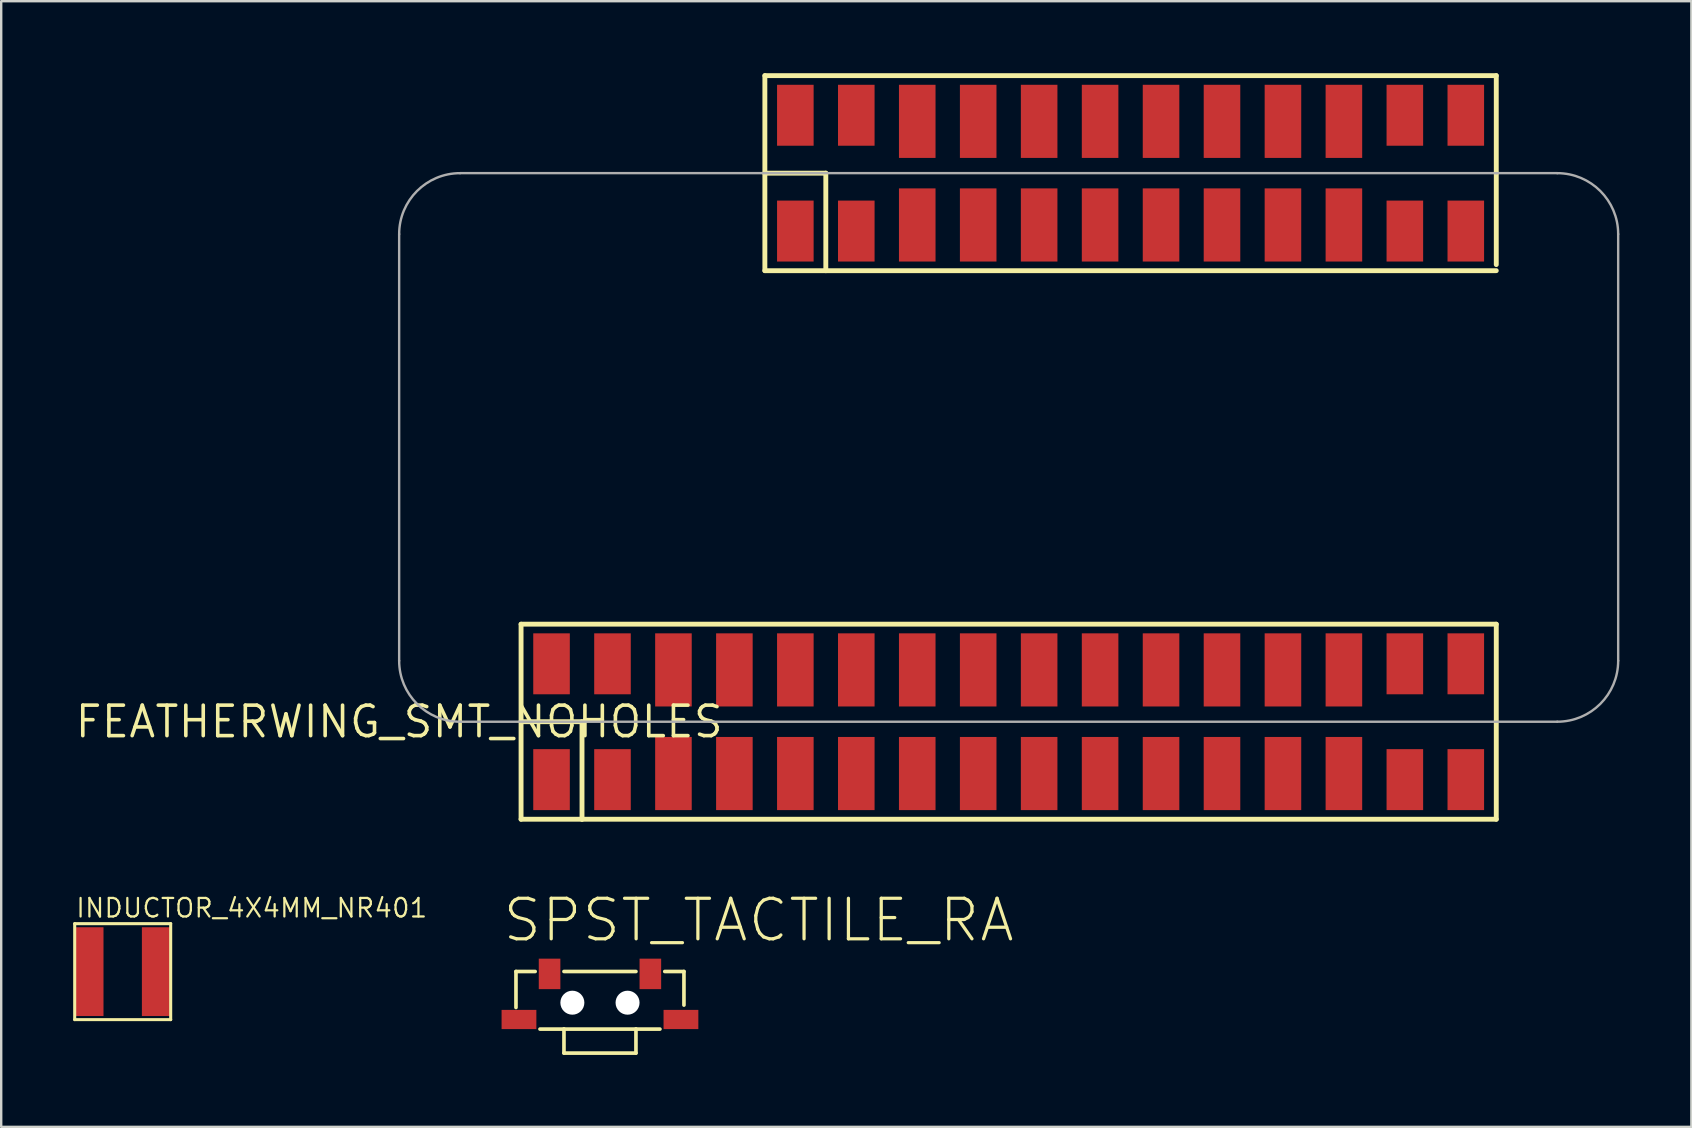
<source format=kicad_pcb>
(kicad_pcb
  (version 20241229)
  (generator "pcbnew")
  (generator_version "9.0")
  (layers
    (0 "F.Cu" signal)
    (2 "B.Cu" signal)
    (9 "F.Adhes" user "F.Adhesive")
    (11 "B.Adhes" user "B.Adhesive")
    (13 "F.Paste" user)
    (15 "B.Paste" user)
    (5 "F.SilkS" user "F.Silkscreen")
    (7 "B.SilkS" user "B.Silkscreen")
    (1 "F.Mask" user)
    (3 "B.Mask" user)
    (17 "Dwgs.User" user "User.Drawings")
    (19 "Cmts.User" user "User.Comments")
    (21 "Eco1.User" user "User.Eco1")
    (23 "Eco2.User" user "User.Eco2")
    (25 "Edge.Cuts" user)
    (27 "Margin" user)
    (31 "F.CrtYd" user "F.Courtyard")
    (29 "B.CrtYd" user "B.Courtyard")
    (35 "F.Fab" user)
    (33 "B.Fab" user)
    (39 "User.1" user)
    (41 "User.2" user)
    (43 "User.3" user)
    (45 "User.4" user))
  (footprint "SPST_TACTILE_RA"
    (layer "F.Cu")
    (at 21.952 38.435)
    (property "Reference" "SPST_TACTILE_RA" (at -4.131 -2.149 180) (layer "F.SilkS") (effects (font (size 1.689 1.689) (thickness 0.135)) (justify left bottom)))
    (attr through_hole)
    (fp_line (start -3.5 -1) (end -2.7 -1) (stroke (width 0.152) (type solid)) (layer "F.SilkS"))
    (fp_line (start -3.5 0.5) (end -3.5 -1) (stroke (width 0.152) (type solid)) (layer "F.SilkS"))
    (fp_line (start -2.5 1.4) (end -1.5 1.4) (stroke (width 0.152) (type solid)) (layer "F.SilkS"))
    (fp_line (start -1.5 -1) (end 1.5 -1) (stroke (width 0.152) (type solid)) (layer "F.SilkS"))
    (fp_line (start -1.5 1.4) (end -1.5 2.4) (stroke (width 0.152) (type solid)) (layer "F.SilkS"))
    (fp_line (start -1.5 1.4) (end 1.5 1.4) (stroke (width 0.152) (type solid)) (layer "F.SilkS"))
    (fp_line (start -1.5 2.4) (end 1.5 2.4) (stroke (width 0.152) (type solid)) (layer "F.SilkS"))
    (fp_line (start 1.5 1.4) (end 2.5 1.4) (stroke (width 0.152) (type solid)) (layer "F.SilkS"))
    (fp_line (start 1.5 2.4) (end 1.5 1.4) (stroke (width 0.152) (type solid)) (layer "F.SilkS"))
    (fp_line (start 2.7 -1) (end 3.5 -1) (stroke (width 0.152) (type solid)) (layer "F.SilkS"))
    (fp_line (start 3.5 -1) (end 3.5 0.4) (stroke (width 0.152) (type solid)) (layer "F.SilkS"))
    (pad "" np_thru_hole circle (at -1.15 0.3) (size 1 1) (drill 1) (layers "*.Cu" "*.Mask"))
    (pad "" np_thru_hole circle (at 1.15 0.3) (size 1 1) (drill 1) (layers "*.Cu" "*.Mask"))
    (pad "1" smd rect (at -2.1 -0.9 90) (size 1.27 0.9) (layers "F.Cu" "F.Mask" "F.Paste"))
    (pad "2" smd rect (at 2.1 -0.9 90) (size 1.27 0.9) (layers "F.Cu" "F.Mask" "F.Paste"))
    (pad "MT1" smd rect (at -3.375 1 180) (size 1.45 0.8) (layers "F.Cu" "F.Mask" "F.Paste"))
    (pad "MT2" smd rect (at 3.375 1 180) (size 1.45 0.8) (layers "F.Cu" "F.Mask" "F.Paste")))
  (footprint "FEATHERWING_SMT_NOHOLES"
    (layer "F.Cu")
    (at 13.584 27.026)
    (property "Reference" "FEATHERWING_SMT_NOHOLES" (at 0 0 0) (layer "F.SilkS") (effects (font (size 1.27 1.27) (thickness 0.15))))
    (attr through_hole)
    (fp_line (start 5.08 -4.064) (end 45.72 -4.064) (stroke (width 0.203) (type solid)) (layer "F.SilkS"))
    (fp_line (start 5.08 0) (end 5.08 -4.064) (stroke (width 0.203) (type solid)) (layer "F.SilkS"))
    (fp_line (start 5.08 0) (end 7.62 0) (stroke (width 0.203) (type solid)) (layer "F.SilkS"))
    (fp_line (start 5.08 4.064) (end 5.08 0) (stroke (width 0.203) (type solid)) (layer "F.SilkS"))
    (fp_line (start 7.62 0) (end 7.62 4.064) (stroke (width 0.203) (type solid)) (layer "F.SilkS"))
    (fp_line (start 7.62 4.064) (end 5.08 4.064) (stroke (width 0.203) (type solid)) (layer "F.SilkS"))
    (fp_line (start 15.24 -26.924) (end 45.72 -26.924) (stroke (width 0.203) (type solid)) (layer "F.SilkS"))
    (fp_line (start 15.24 -22.86) (end 15.24 -26.924) (stroke (width 0.203) (type solid)) (layer "F.SilkS"))
    (fp_line (start 15.24 -22.86) (end 17.78 -22.86) (stroke (width 0.203) (type solid)) (layer "F.SilkS"))
    (fp_line (start 15.24 -18.796) (end 15.24 -22.86) (stroke (width 0.203) (type solid)) (layer "F.SilkS"))
    (fp_line (start 17.78 -22.86) (end 17.78 -18.796) (stroke (width 0.203) (type solid)) (layer "F.SilkS"))
    (fp_line (start 17.78 -18.796) (end 15.24 -18.796) (stroke (width 0.203) (type solid)) (layer "F.SilkS"))
    (fp_line (start 45.72 -22.86) (end 45.72 -26.924) (stroke (width 0.203) (type solid)) (layer "F.SilkS"))
    (fp_line (start 45.72 -19.05) (end 45.72 -22.86) (stroke (width 0.203) (type solid)) (layer "F.SilkS"))
    (fp_line (start 45.72 -18.796) (end 17.78 -18.796) (stroke (width 0.203) (type solid)) (layer "F.SilkS"))
    (fp_line (start 45.72 -4.064) (end 45.72 4.064) (stroke (width 0.203) (type solid)) (layer "F.SilkS"))
    (fp_line (start 45.72 4.064) (end 7.62 4.064) (stroke (width 0.203) (type solid)) (layer "F.SilkS"))
    (fp_line (start 0 -20.32) (end 0 -2.54) (stroke (width 0.1) (type solid)) (layer "F.Fab"))
    (fp_line (start 2.54 0) (end 48.26 0) (stroke (width 0.1) (type solid)) (layer "F.Fab"))
    (fp_line (start 45.72 -22.86) (end 2.54 -22.86) (stroke (width 0.1) (type solid)) (layer "F.Fab"))
    (fp_line (start 48.26 -22.86) (end 45.72 -22.86) (stroke (width 0.1) (type solid)) (layer "F.Fab"))
    (fp_line (start 50.8 -2.54) (end 50.8 -20.32) (stroke (width 0.1) (type solid)) (layer "F.Fab"))
    (fp_arc (start 0 -20.32) (mid 0.743949 -22.116051) (end 2.54 -22.86) (stroke (width 0.1) (type solid)) (layer "F.Fab"))
    (fp_arc (start 2.54 0) (mid 0.743949 -0.743949) (end 0 -2.54) (stroke (width 0.1) (type solid)) (layer "F.Fab"))
    (fp_arc (start 48.26 -22.86) (mid 50.056051 -22.116051) (end 50.8 -20.32) (stroke (width 0.1) (type solid)) (layer "F.Fab"))
    (fp_arc (start 50.8 -2.54) (mid 50.056051 -0.743949) (end 48.26 0) (stroke (width 0.1) (type solid)) (layer "F.Fab"))
    (pad "1" smd rect (at 6.35 -2.413 90) (size 2.54 1.524) (layers "F.Cu" "F.Mask" "F.Paste"))
    (pad "1B" smd rect (at 6.35 2.413 90) (size 2.54 1.524) (layers "F.Cu" "F.Mask" "F.Paste"))
    (pad "2" smd rect (at 8.89 -2.413 270) (size 2.54 1.524) (layers "F.Cu" "F.Mask" "F.Paste"))
    (pad "2B" smd rect (at 8.89 2.413 90) (size 2.54 1.524) (layers "F.Cu" "F.Mask" "F.Paste"))
    (pad "3" smd rect (at 11.43 -2.159 270) (size 3.048 1.524) (layers "F.Cu" "F.Mask" "F.Paste"))
    (pad "3B" smd rect (at 11.43 2.159 90) (size 3.048 1.524) (layers "F.Cu" "F.Mask" "F.Paste"))
    (pad "4" smd rect (at 13.97 -2.159 270) (size 3.048 1.524) (layers "F.Cu" "F.Mask" "F.Paste"))
    (pad "4B" smd rect (at 13.97 2.159 90) (size 3.048 1.524) (layers "F.Cu" "F.Mask" "F.Paste"))
    (pad "5" smd rect (at 16.51 -2.159 270) (size 3.048 1.524) (layers "F.Cu" "F.Mask" "F.Paste"))
    (pad "5B" smd rect (at 16.51 2.159 90) (size 3.048 1.524) (layers "F.Cu" "F.Mask" "F.Paste"))
    (pad "6" smd rect (at 19.05 -2.159 270) (size 3.048 1.524) (layers "F.Cu" "F.Mask" "F.Paste"))
    (pad "6B" smd rect (at 19.05 2.159 90) (size 3.048 1.524) (layers "F.Cu" "F.Mask" "F.Paste"))
    (pad "7" smd rect (at 21.59 -2.159 270) (size 3.048 1.524) (layers "F.Cu" "F.Mask" "F.Paste"))
    (pad "7B" smd rect (at 21.59 2.159 90) (size 3.048 1.524) (layers "F.Cu" "F.Mask" "F.Paste"))
    (pad "8" smd rect (at 24.13 -2.159 270) (size 3.048 1.524) (layers "F.Cu" "F.Mask" "F.Paste"))
    (pad "8B" smd rect (at 24.13 2.159 90) (size 3.048 1.524) (layers "F.Cu" "F.Mask" "F.Paste"))
    (pad "9" smd rect (at 26.67 -2.159 270) (size 3.048 1.524) (layers "F.Cu" "F.Mask" "F.Paste"))
    (pad "9B" smd rect (at 26.67 2.159 90) (size 3.048 1.524) (layers "F.Cu" "F.Mask" "F.Paste"))
    (pad "10" smd rect (at 29.21 -2.159 270) (size 3.048 1.524) (layers "F.Cu" "F.Mask" "F.Paste"))
    (pad "10B" smd rect (at 29.21 2.159 90) (size 3.048 1.524) (layers "F.Cu" "F.Mask" "F.Paste"))
    (pad "11" smd rect (at 31.75 -2.159 270) (size 3.048 1.524) (layers "F.Cu" "F.Mask" "F.Paste"))
    (pad "11B" smd rect (at 31.75 2.159 90) (size 3.048 1.524) (layers "F.Cu" "F.Mask" "F.Paste"))
    (pad "12" smd rect (at 34.29 -2.159 270) (size 3.048 1.524) (layers "F.Cu" "F.Mask" "F.Paste"))
    (pad "12B" smd rect (at 34.29 2.159 90) (size 3.048 1.524) (layers "F.Cu" "F.Mask" "F.Paste"))
    (pad "13" smd rect (at 36.83 -2.159 270) (size 3.048 1.524) (layers "F.Cu" "F.Mask" "F.Paste"))
    (pad "13B" smd rect (at 36.83 2.159 90) (size 3.048 1.524) (layers "F.Cu" "F.Mask" "F.Paste"))
    (pad "14" smd rect (at 39.37 -2.159 270) (size 3.048 1.524) (layers "F.Cu" "F.Mask" "F.Paste"))
    (pad "14B" smd rect (at 39.37 2.159 90) (size 3.048 1.524) (layers "F.Cu" "F.Mask" "F.Paste"))
    (pad "15" smd rect (at 41.91 -2.413 270) (size 2.54 1.524) (layers "F.Cu" "F.Mask" "F.Paste"))
    (pad "15B" smd rect (at 41.91 2.413 90) (size 2.54 1.524) (layers "F.Cu" "F.Mask" "F.Paste"))
    (pad "16" smd rect (at 44.45 -2.413 270) (size 2.54 1.524) (layers "F.Cu" "F.Mask" "F.Paste"))
    (pad "16B" smd rect (at 44.45 2.413 90) (size 2.54 1.524) (layers "F.Cu" "F.Mask" "F.Paste"))
    (pad "17" smd rect (at 44.45 -20.447 90) (size 2.54 1.524) (layers "F.Cu" "F.Mask" "F.Paste"))
    (pad "17B" smd rect (at 44.45 -25.273 270) (size 2.54 1.524) (layers "F.Cu" "F.Mask" "F.Paste"))
    (pad "18" smd rect (at 41.91 -20.447 90) (size 2.54 1.524) (layers "F.Cu" "F.Mask" "F.Paste"))
    (pad "18B" smd rect (at 41.91 -25.273 270) (size 2.54 1.524) (layers "F.Cu" "F.Mask" "F.Paste"))
    (pad "19" smd rect (at 39.37 -20.701 90) (size 3.048 1.524) (layers "F.Cu" "F.Mask" "F.Paste"))
    (pad "19B" smd rect (at 39.37 -25.019 270) (size 3.048 1.524) (layers "F.Cu" "F.Mask" "F.Paste"))
    (pad "20" smd rect (at 36.83 -20.701 90) (size 3.048 1.524) (layers "F.Cu" "F.Mask" "F.Paste"))
    (pad "20B" smd rect (at 36.83 -25.019 270) (size 3.048 1.524) (layers "F.Cu" "F.Mask" "F.Paste"))
    (pad "21" smd rect (at 34.29 -20.701 90) (size 3.048 1.524) (layers "F.Cu" "F.Mask" "F.Paste"))
    (pad "21B" smd rect (at 34.29 -25.019 270) (size 3.048 1.524) (layers "F.Cu" "F.Mask" "F.Paste"))
    (pad "22" smd rect (at 31.75 -20.701 90) (size 3.048 1.524) (layers "F.Cu" "F.Mask" "F.Paste"))
    (pad "22B" smd rect (at 31.75 -25.019 270) (size 3.048 1.524) (layers "F.Cu" "F.Mask" "F.Paste"))
    (pad "23" smd rect (at 29.21 -20.701 90) (size 3.048 1.524) (layers "F.Cu" "F.Mask" "F.Paste"))
    (pad "23B" smd rect (at 29.21 -25.019 270) (size 3.048 1.524) (layers "F.Cu" "F.Mask" "F.Paste"))
    (pad "24" smd rect (at 26.67 -20.701 90) (size 3.048 1.524) (layers "F.Cu" "F.Mask" "F.Paste"))
    (pad "24B" smd rect (at 26.67 -25.019 270) (size 3.048 1.524) (layers "F.Cu" "F.Mask" "F.Paste"))
    (pad "25" smd rect (at 24.13 -20.701 90) (size 3.048 1.524) (layers "F.Cu" "F.Mask" "F.Paste"))
    (pad "25B" smd rect (at 24.13 -25.019 270) (size 3.048 1.524) (layers "F.Cu" "F.Mask" "F.Paste"))
    (pad "26" smd rect (at 21.59 -20.701 90) (size 3.048 1.524) (layers "F.Cu" "F.Mask" "F.Paste"))
    (pad "26B" smd rect (at 21.59 -25.019 270) (size 3.048 1.524) (layers "F.Cu" "F.Mask" "F.Paste"))
    (pad "27" smd rect (at 19.05 -20.447 90) (size 2.54 1.524) (layers "F.Cu" "F.Mask" "F.Paste"))
    (pad "27B" smd rect (at 19.05 -25.273 270) (size 2.54 1.524) (layers "F.Cu" "F.Mask" "F.Paste"))
    (pad "28" smd rect (at 16.51 -20.447 90) (size 2.54 1.524) (layers "F.Cu" "F.Mask" "F.Paste"))
    (pad "28B" smd rect (at 16.51 -25.273 90) (size 2.54 1.524) (layers "F.Cu" "F.Mask" "F.Paste")))
  (footprint "INDUCTOR_4X4MM_NR401"
    (layer "F.Cu")
    (at 2.063 37.441)
    (property "Reference" "INDUCTOR_4X4MM_NR401" (at -2 -2.2 180) (layer "F.SilkS") (effects (font (size 0.772 0.772) (thickness 0.093)) (justify left bottom)))
    (attr through_hole)
    (fp_line (start -2 -2) (end 2 -2) (stroke (width 0.127) (type solid)) (layer "F.SilkS"))
    (fp_line (start -2 2) (end -2 -2) (stroke (width 0.127) (type solid)) (layer "F.SilkS"))
    (fp_line (start 2 -2) (end 2 2) (stroke (width 0.127) (type solid)) (layer "F.SilkS"))
    (fp_line (start 2 2) (end -2 2) (stroke (width 0.127) (type solid)) (layer "F.SilkS"))
    (pad "P$1" smd rect (at -1.4 0) (size 1.2 3.7) (layers "F.Cu" "F.Mask" "F.Paste"))
    (pad "P$2" smd rect (at 1.4 0) (size 1.2 3.7) (layers "F.Cu" "F.Mask" "F.Paste")))
  (gr_rect
    (start -3 -3)
    (end 67.434 43.911)
    (stroke (width 0.1) (type default))
    (fill no)
    (layer "Edge.Cuts")))
</source>
